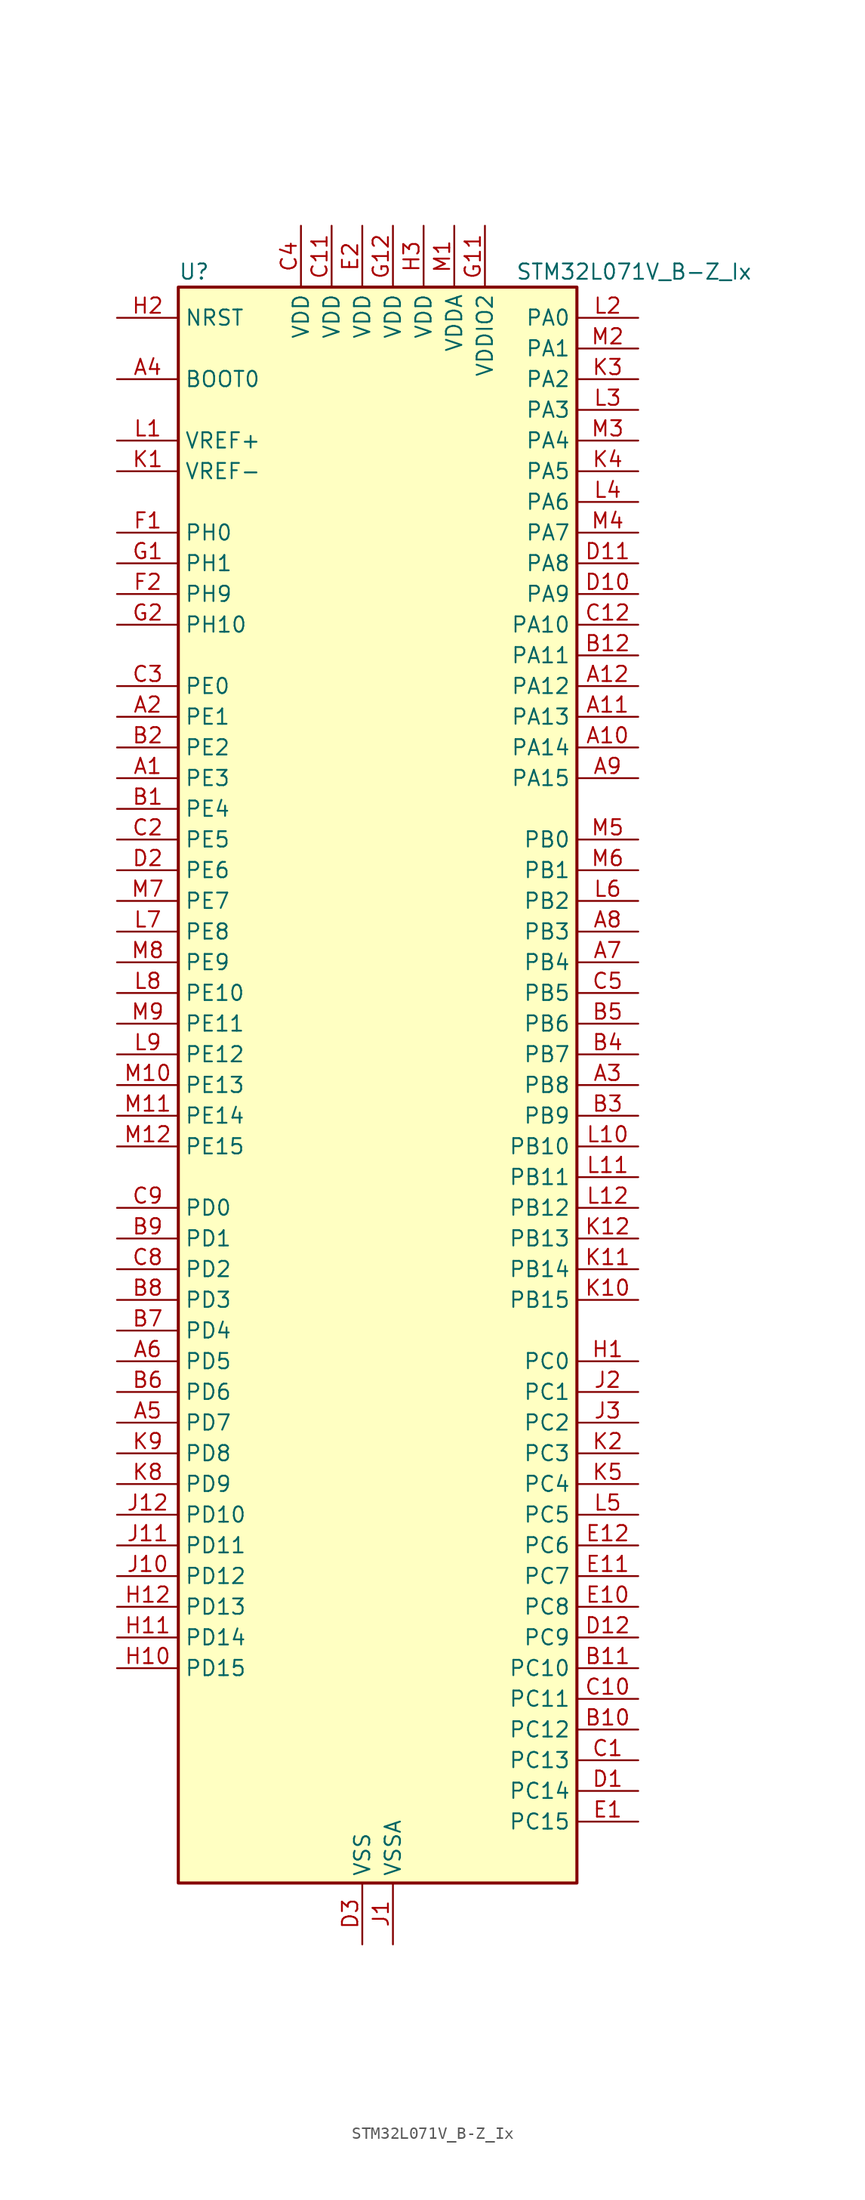
<source format=kicad_sym>
(kicad_symbol_lib
  (version 20220914)
  (generator kicad_symbol_editor)
  (symbol "STM32L071V_B-Z_Ix"
    (property "Reference" "U"
      (at -15.24 67.31 0)
      (effects (font (size 1.27 1.27)) (justify left)))
    (property "Value" "STM32L071V_B-Z_Ix"
      (at 12.7 67.31 0)
      (effects (font (size 1.27 1.27)) (justify left)))
    (property "ki_locked" ""
      (at 0 0 0)
      (effects (font (size 1.27 1.27))))
    (symbol "STM32L071V_B-Z_Ix_0_1"
      (rectangle (start -15.24 -66.04) (end 17.78 66.04) (stroke (width 0.254) (type default)) (fill (type background))))
    (symbol "STM32L071V_B-Z_Ix_1_1"
      (pin bidirectional line (at -20.32 25.4 0) (length 5.08) (name "PE3" (effects (font (size 1.27 1.27)))) (number "A1" (effects (font (size 1.27 1.27)))) (alternate "TIM22_CH1" bidirectional line) (alternate "TIM3_CH1" bidirectional line))
      (pin bidirectional line (at 22.86 27.94 180) (length 5.08) (name "PA14" (effects (font (size 1.27 1.27)))) (number "A10" (effects (font (size 1.27 1.27)))) (alternate "LPUART1_TX" bidirectional line) (alternate "SYS_SWCLK" bidirectional line) (alternate "USART2_TX" bidirectional line))
      (pin bidirectional line (at 22.86 30.48 180) (length 5.08) (name "PA13" (effects (font (size 1.27 1.27)))) (number "A11" (effects (font (size 1.27 1.27)))) (alternate "LPUART1_RX" bidirectional line) (alternate "SYS_SWDIO" bidirectional line))
      (pin bidirectional line (at 22.86 33.02 180) (length 5.08) (name "PA12" (effects (font (size 1.27 1.27)))) (number "A12" (effects (font (size 1.27 1.27)))) (alternate "COMP2_OUT" bidirectional line) (alternate "SPI1_MOSI" bidirectional line) (alternate "USART1_DE" bidirectional line) (alternate "USART1_RTS" bidirectional line))
      (pin bidirectional line (at -20.32 30.48 0) (length 5.08) (name "PE1" (effects (font (size 1.27 1.27)))) (number "A2" (effects (font (size 1.27 1.27)))))
      (pin bidirectional line (at 22.86 0 180) (length 5.08) (name "PB8" (effects (font (size 1.27 1.27)))) (number "A3" (effects (font (size 1.27 1.27)))) (alternate "I2C1_SCL" bidirectional line))
      (pin input line (at -20.32 58.42 0) (length 5.08) (name "BOOT0" (effects (font (size 1.27 1.27)))) (number "A4" (effects (font (size 1.27 1.27)))))
      (pin bidirectional line (at -20.32 -27.94 0) (length 5.08) (name "PD7" (effects (font (size 1.27 1.27)))) (number "A5" (effects (font (size 1.27 1.27)))) (alternate "TIM21_CH2" bidirectional line) (alternate "USART2_CK" bidirectional line))
      (pin bidirectional line (at -20.32 -22.86 0) (length 5.08) (name "PD5" (effects (font (size 1.27 1.27)))) (number "A6" (effects (font (size 1.27 1.27)))) (alternate "USART2_TX" bidirectional line))
      (pin bidirectional line (at 22.86 10.16 180) (length 5.08) (name "PB4" (effects (font (size 1.27 1.27)))) (number "A7" (effects (font (size 1.27 1.27)))) (alternate "COMP2_INP" bidirectional line) (alternate "I2C3_SDA" bidirectional line) (alternate "SPI1_MISO" bidirectional line) (alternate "TIM22_CH1" bidirectional line) (alternate "TIM3_CH1" bidirectional line) (alternate "USART1_CTS" bidirectional line) (alternate "USART5_RX" bidirectional line))
      (pin bidirectional line (at 22.86 12.7 180) (length 5.08) (name "PB3" (effects (font (size 1.27 1.27)))) (number "A8" (effects (font (size 1.27 1.27)))) (alternate "COMP2_INM" bidirectional line) (alternate "SPI1_SCK" bidirectional line) (alternate "TIM2_CH2" bidirectional line) (alternate "USART1_DE" bidirectional line) (alternate "USART1_RTS" bidirectional line) (alternate "USART5_TX" bidirectional line))
      (pin bidirectional line (at 22.86 25.4 180) (length 5.08) (name "PA15" (effects (font (size 1.27 1.27)))) (number "A9" (effects (font (size 1.27 1.27)))) (alternate "SPI1_NSS" bidirectional line) (alternate "TIM2_CH1" bidirectional line) (alternate "TIM2_ETR" bidirectional line) (alternate "USART2_RX" bidirectional line) (alternate "USART4_DE" bidirectional line) (alternate "USART4_RTS" bidirectional line))
      (pin bidirectional line (at -20.32 22.86 0) (length 5.08) (name "PE4" (effects (font (size 1.27 1.27)))) (number "B1" (effects (font (size 1.27 1.27)))) (alternate "TIM22_CH2" bidirectional line) (alternate "TIM3_CH2" bidirectional line))
      (pin bidirectional line (at 22.86 -53.34 180) (length 5.08) (name "PC12" (effects (font (size 1.27 1.27)))) (number "B10" (effects (font (size 1.27 1.27)))) (alternate "USART4_CK" bidirectional line) (alternate "USART5_TX" bidirectional line))
      (pin bidirectional line (at 22.86 -48.26 180) (length 5.08) (name "PC10" (effects (font (size 1.27 1.27)))) (number "B11" (effects (font (size 1.27 1.27)))) (alternate "LPUART1_TX" bidirectional line) (alternate "USART4_TX" bidirectional line))
      (pin bidirectional line (at 22.86 35.56 180) (length 5.08) (name "PA11" (effects (font (size 1.27 1.27)))) (number "B12" (effects (font (size 1.27 1.27)))) (alternate "ADC_EXTI11" bidirectional line) (alternate "COMP1_OUT" bidirectional line) (alternate "SPI1_MISO" bidirectional line) (alternate "USART1_CTS" bidirectional line))
      (pin bidirectional line (at -20.32 27.94 0) (length 5.08) (name "PE2" (effects (font (size 1.27 1.27)))) (number "B2" (effects (font (size 1.27 1.27)))) (alternate "TIM3_ETR" bidirectional line))
      (pin bidirectional line (at 22.86 -2.54 180) (length 5.08) (name "PB9" (effects (font (size 1.27 1.27)))) (number "B3" (effects (font (size 1.27 1.27)))) (alternate "I2C1_SDA" bidirectional line) (alternate "I2S2_WS" bidirectional line) (alternate "SPI2_NSS" bidirectional line))
      (pin bidirectional line (at 22.86 2.54 180) (length 5.08) (name "PB7" (effects (font (size 1.27 1.27)))) (number "B4" (effects (font (size 1.27 1.27)))) (alternate "COMP2_INP" bidirectional line) (alternate "I2C1_SDA" bidirectional line) (alternate "LPTIM1_IN2" bidirectional line) (alternate "SYS_PVD_IN" bidirectional line) (alternate "USART1_RX" bidirectional line) (alternate "USART4_CTS" bidirectional line))
      (pin bidirectional line (at 22.86 5.08 180) (length 5.08) (name "PB6" (effects (font (size 1.27 1.27)))) (number "B5" (effects (font (size 1.27 1.27)))) (alternate "COMP2_INP" bidirectional line) (alternate "I2C1_SCL" bidirectional line) (alternate "LPTIM1_ETR" bidirectional line) (alternate "USART1_TX" bidirectional line))
      (pin bidirectional line (at -20.32 -25.4 0) (length 5.08) (name "PD6" (effects (font (size 1.27 1.27)))) (number "B6" (effects (font (size 1.27 1.27)))) (alternate "USART2_RX" bidirectional line))
      (pin bidirectional line (at -20.32 -20.32 0) (length 5.08) (name "PD4" (effects (font (size 1.27 1.27)))) (number "B7" (effects (font (size 1.27 1.27)))) (alternate "I2S2_SD" bidirectional line) (alternate "SPI2_MOSI" bidirectional line) (alternate "USART2_DE" bidirectional line) (alternate "USART2_RTS" bidirectional line))
      (pin bidirectional line (at -20.32 -17.78 0) (length 5.08) (name "PD3" (effects (font (size 1.27 1.27)))) (number "B8" (effects (font (size 1.27 1.27)))) (alternate "I2S2_MCK" bidirectional line) (alternate "SPI2_MISO" bidirectional line) (alternate "USART2_CTS" bidirectional line))
      (pin bidirectional line (at -20.32 -12.7 0) (length 5.08) (name "PD1" (effects (font (size 1.27 1.27)))) (number "B9" (effects (font (size 1.27 1.27)))) (alternate "I2S2_CK" bidirectional line) (alternate "SPI2_SCK" bidirectional line))
      (pin bidirectional line (at 22.86 -55.88 180) (length 5.08) (name "PC13" (effects (font (size 1.27 1.27)))) (number "C1" (effects (font (size 1.27 1.27)))) (alternate "RTC_OUT_ALARM" bidirectional line) (alternate "RTC_OUT_CALIB" bidirectional line) (alternate "RTC_TAMP1" bidirectional line) (alternate "RTC_TS" bidirectional line) (alternate "SYS_WKUP2" bidirectional line))
      (pin bidirectional line (at 22.86 -50.8 180) (length 5.08) (name "PC11" (effects (font (size 1.27 1.27)))) (number "C10" (effects (font (size 1.27 1.27)))) (alternate "ADC_EXTI11" bidirectional line) (alternate "LPUART1_RX" bidirectional line) (alternate "USART4_RX" bidirectional line))
      (pin power_in line (at -2.54 71.12 270) (length 5.08) (name "VDD" (effects (font (size 1.27 1.27)))) (number "C11" (effects (font (size 1.27 1.27)))))
      (pin bidirectional line (at 22.86 38.1 180) (length 5.08) (name "PA10" (effects (font (size 1.27 1.27)))) (number "C12" (effects (font (size 1.27 1.27)))) (alternate "I2C1_SDA" bidirectional line) (alternate "USART1_RX" bidirectional line))
      (pin bidirectional line (at -20.32 20.32 0) (length 5.08) (name "PE5" (effects (font (size 1.27 1.27)))) (number "C2" (effects (font (size 1.27 1.27)))) (alternate "TIM21_CH1" bidirectional line) (alternate "TIM3_CH3" bidirectional line))
      (pin bidirectional line (at -20.32 33.02 0) (length 5.08) (name "PE0" (effects (font (size 1.27 1.27)))) (number "C3" (effects (font (size 1.27 1.27)))))
      (pin power_in line (at -5.08 71.12 270) (length 5.08) (name "VDD" (effects (font (size 1.27 1.27)))) (number "C4" (effects (font (size 1.27 1.27)))))
      (pin bidirectional line (at 22.86 7.62 180) (length 5.08) (name "PB5" (effects (font (size 1.27 1.27)))) (number "C5" (effects (font (size 1.27 1.27)))) (alternate "COMP2_INP" bidirectional line) (alternate "I2C1_SMBA" bidirectional line) (alternate "LPTIM1_IN1" bidirectional line) (alternate "SPI1_MOSI" bidirectional line) (alternate "TIM22_CH2" bidirectional line) (alternate "TIM3_CH2" bidirectional line) (alternate "USART1_CK" bidirectional line) (alternate "USART5_CK" bidirectional line) (alternate "USART5_DE" bidirectional line) (alternate "USART5_RTS" bidirectional line))
      (pin bidirectional line (at -20.32 -15.24 0) (length 5.08) (name "PD2" (effects (font (size 1.27 1.27)))) (number "C8" (effects (font (size 1.27 1.27)))) (alternate "LPUART1_DE" bidirectional line) (alternate "LPUART1_RTS" bidirectional line) (alternate "TIM3_ETR" bidirectional line) (alternate "USART5_RX" bidirectional line))
      (pin bidirectional line (at -20.32 -10.16 0) (length 5.08) (name "PD0" (effects (font (size 1.27 1.27)))) (number "C9" (effects (font (size 1.27 1.27)))) (alternate "I2S2_WS" bidirectional line) (alternate "SPI2_NSS" bidirectional line) (alternate "TIM21_CH1" bidirectional line))
      (pin bidirectional line (at 22.86 -58.42 180) (length 5.08) (name "PC14" (effects (font (size 1.27 1.27)))) (number "D1" (effects (font (size 1.27 1.27)))) (alternate "RCC_OSC32_IN" bidirectional line))
      (pin bidirectional line (at 22.86 40.64 180) (length 5.08) (name "PA9" (effects (font (size 1.27 1.27)))) (number "D10" (effects (font (size 1.27 1.27)))) (alternate "I2C1_SCL" bidirectional line) (alternate "I2C3_SMBA" bidirectional line) (alternate "RCC_MCO" bidirectional line) (alternate "USART1_TX" bidirectional line))
      (pin bidirectional line (at 22.86 43.18 180) (length 5.08) (name "PA8" (effects (font (size 1.27 1.27)))) (number "D11" (effects (font (size 1.27 1.27)))) (alternate "I2C3_SCL" bidirectional line) (alternate "RCC_MCO" bidirectional line) (alternate "USART1_CK" bidirectional line))
      (pin bidirectional line (at 22.86 -45.72 180) (length 5.08) (name "PC9" (effects (font (size 1.27 1.27)))) (number "D12" (effects (font (size 1.27 1.27)))) (alternate "I2C3_SDA" bidirectional line) (alternate "TIM21_ETR" bidirectional line) (alternate "TIM3_CH4" bidirectional line))
      (pin bidirectional line (at -20.32 17.78 0) (length 5.08) (name "PE6" (effects (font (size 1.27 1.27)))) (number "D2" (effects (font (size 1.27 1.27)))) (alternate "RTC_TAMP3" bidirectional line) (alternate "SYS_WKUP3" bidirectional line) (alternate "TIM21_CH2" bidirectional line) (alternate "TIM3_CH4" bidirectional line))
      (pin power_in line (at 0 -71.12 90) (length 5.08) (name "VSS" (effects (font (size 1.27 1.27)))) (number "D3" (effects (font (size 1.27 1.27)))))
      (pin bidirectional line (at 22.86 -60.96 180) (length 5.08) (name "PC15" (effects (font (size 1.27 1.27)))) (number "E1" (effects (font (size 1.27 1.27)))) (alternate "RCC_OSC32_OUT" bidirectional line))
      (pin bidirectional line (at 22.86 -43.18 180) (length 5.08) (name "PC8" (effects (font (size 1.27 1.27)))) (number "E10" (effects (font (size 1.27 1.27)))) (alternate "TIM22_ETR" bidirectional line) (alternate "TIM3_CH3" bidirectional line))
      (pin bidirectional line (at 22.86 -40.64 180) (length 5.08) (name "PC7" (effects (font (size 1.27 1.27)))) (number "E11" (effects (font (size 1.27 1.27)))) (alternate "TIM22_CH2" bidirectional line) (alternate "TIM3_CH2" bidirectional line))
      (pin bidirectional line (at 22.86 -38.1 180) (length 5.08) (name "PC6" (effects (font (size 1.27 1.27)))) (number "E12" (effects (font (size 1.27 1.27)))) (alternate "TIM22_CH1" bidirectional line) (alternate "TIM3_CH1" bidirectional line))
      (pin power_in line (at 0 71.12 270) (length 5.08) (name "VDD" (effects (font (size 1.27 1.27)))) (number "E2" (effects (font (size 1.27 1.27)))))
      (pin passive line (at 0 -71.12 90) (length 5.08) hide (name "VSS" (effects (font (size 1.27 1.27)))) (number "E3" (effects (font (size 1.27 1.27)))))
      (pin bidirectional line (at -20.32 45.72 0) (length 5.08) (name "PH0" (effects (font (size 1.27 1.27)))) (number "F1" (effects (font (size 1.27 1.27)))) (alternate "RCC_OSC_IN" bidirectional line))
      (pin passive line (at 0 -71.12 90) (length 5.08) hide (name "VSS" (effects (font (size 1.27 1.27)))) (number "F11" (effects (font (size 1.27 1.27)))))
      (pin passive line (at 0 -71.12 90) (length 5.08) hide (name "VSS" (effects (font (size 1.27 1.27)))) (number "F12" (effects (font (size 1.27 1.27)))))
      (pin bidirectional line (at -20.32 40.64 0) (length 5.08) (name "PH9" (effects (font (size 1.27 1.27)))) (number "F2" (effects (font (size 1.27 1.27)))))
      (pin bidirectional line (at -20.32 43.18 0) (length 5.08) (name "PH1" (effects (font (size 1.27 1.27)))) (number "G1" (effects (font (size 1.27 1.27)))) (alternate "RCC_OSC_OUT" bidirectional line))
      (pin power_in line (at 10.16 71.12 270) (length 5.08) (name "VDDIO2" (effects (font (size 1.27 1.27)))) (number "G11" (effects (font (size 1.27 1.27)))))
      (pin power_in line (at 2.54 71.12 270) (length 5.08) (name "VDD" (effects (font (size 1.27 1.27)))) (number "G12" (effects (font (size 1.27 1.27)))))
      (pin bidirectional line (at -20.32 38.1 0) (length 5.08) (name "PH10" (effects (font (size 1.27 1.27)))) (number "G2" (effects (font (size 1.27 1.27)))))
      (pin bidirectional line (at 22.86 -22.86 180) (length 5.08) (name "PC0" (effects (font (size 1.27 1.27)))) (number "H1" (effects (font (size 1.27 1.27)))) (alternate "ADC_IN10" bidirectional line) (alternate "I2C3_SCL" bidirectional line) (alternate "LPTIM1_IN1" bidirectional line) (alternate "LPUART1_RX" bidirectional line))
      (pin bidirectional line (at -20.32 -48.26 0) (length 5.08) (name "PD15" (effects (font (size 1.27 1.27)))) (number "H10" (effects (font (size 1.27 1.27)))))
      (pin bidirectional line (at -20.32 -45.72 0) (length 5.08) (name "PD14" (effects (font (size 1.27 1.27)))) (number "H11" (effects (font (size 1.27 1.27)))))
      (pin bidirectional line (at -20.32 -43.18 0) (length 5.08) (name "PD13" (effects (font (size 1.27 1.27)))) (number "H12" (effects (font (size 1.27 1.27)))))
      (pin input line (at -20.32 63.5 0) (length 5.08) (name "NRST" (effects (font (size 1.27 1.27)))) (number "H2" (effects (font (size 1.27 1.27)))))
      (pin power_in line (at 5.08 71.12 270) (length 5.08) (name "VDD" (effects (font (size 1.27 1.27)))) (number "H3" (effects (font (size 1.27 1.27)))))
      (pin power_in line (at 2.54 -71.12 90) (length 5.08) (name "VSSA" (effects (font (size 1.27 1.27)))) (number "J1" (effects (font (size 1.27 1.27)))))
      (pin bidirectional line (at -20.32 -40.64 0) (length 5.08) (name "PD12" (effects (font (size 1.27 1.27)))) (number "J10" (effects (font (size 1.27 1.27)))) (alternate "LPUART1_DE" bidirectional line) (alternate "LPUART1_RTS" bidirectional line))
      (pin bidirectional line (at -20.32 -38.1 0) (length 5.08) (name "PD11" (effects (font (size 1.27 1.27)))) (number "J11" (effects (font (size 1.27 1.27)))) (alternate "ADC_EXTI11" bidirectional line) (alternate "LPUART1_CTS" bidirectional line))
      (pin bidirectional line (at -20.32 -35.56 0) (length 5.08) (name "PD10" (effects (font (size 1.27 1.27)))) (number "J12" (effects (font (size 1.27 1.27)))))
      (pin bidirectional line (at 22.86 -25.4 180) (length 5.08) (name "PC1" (effects (font (size 1.27 1.27)))) (number "J2" (effects (font (size 1.27 1.27)))) (alternate "ADC_IN11" bidirectional line) (alternate "I2C3_SDA" bidirectional line) (alternate "LPTIM1_OUT" bidirectional line) (alternate "LPUART1_TX" bidirectional line))
      (pin bidirectional line (at 22.86 -27.94 180) (length 5.08) (name "PC2" (effects (font (size 1.27 1.27)))) (number "J3" (effects (font (size 1.27 1.27)))) (alternate "ADC_IN12" bidirectional line) (alternate "I2S2_MCK" bidirectional line) (alternate "LPTIM1_IN2" bidirectional line) (alternate "SPI2_MISO" bidirectional line))
      (pin input line (at -20.32 50.8 0) (length 5.08) (name "VREF-" (effects (font (size 1.27 1.27)))) (number "K1" (effects (font (size 1.27 1.27)))))
      (pin bidirectional line (at 22.86 -17.78 180) (length 5.08) (name "PB15" (effects (font (size 1.27 1.27)))) (number "K10" (effects (font (size 1.27 1.27)))) (alternate "I2S2_SD" bidirectional line) (alternate "RTC_REFIN" bidirectional line) (alternate "SPI2_MOSI" bidirectional line))
      (pin bidirectional line (at 22.86 -15.24 180) (length 5.08) (name "PB14" (effects (font (size 1.27 1.27)))) (number "K11" (effects (font (size 1.27 1.27)))) (alternate "I2C2_SDA" bidirectional line) (alternate "I2S2_MCK" bidirectional line) (alternate "LPUART1_DE" bidirectional line) (alternate "LPUART1_RTS" bidirectional line) (alternate "RTC_OUT_ALARM" bidirectional line) (alternate "RTC_OUT_CALIB" bidirectional line) (alternate "SPI2_MISO" bidirectional line) (alternate "TIM21_CH2" bidirectional line))
      (pin bidirectional line (at 22.86 -12.7 180) (length 5.08) (name "PB13" (effects (font (size 1.27 1.27)))) (number "K12" (effects (font (size 1.27 1.27)))) (alternate "I2C2_SCL" bidirectional line) (alternate "I2S2_CK" bidirectional line) (alternate "LPUART1_CTS" bidirectional line) (alternate "RCC_MCO" bidirectional line) (alternate "SPI2_SCK" bidirectional line) (alternate "TIM21_CH1" bidirectional line))
      (pin bidirectional line (at 22.86 -30.48 180) (length 5.08) (name "PC3" (effects (font (size 1.27 1.27)))) (number "K2" (effects (font (size 1.27 1.27)))) (alternate "ADC_IN13" bidirectional line) (alternate "I2S2_SD" bidirectional line) (alternate "LPTIM1_ETR" bidirectional line) (alternate "SPI2_MOSI" bidirectional line))
      (pin bidirectional line (at 22.86 58.42 180) (length 5.08) (name "PA2" (effects (font (size 1.27 1.27)))) (number "K3" (effects (font (size 1.27 1.27)))) (alternate "ADC_IN2" bidirectional line) (alternate "COMP2_INM" bidirectional line) (alternate "COMP2_OUT" bidirectional line) (alternate "LPUART1_TX" bidirectional line) (alternate "TIM21_CH1" bidirectional line) (alternate "TIM2_CH3" bidirectional line) (alternate "USART2_TX" bidirectional line))
      (pin bidirectional line (at 22.86 50.8 180) (length 5.08) (name "PA5" (effects (font (size 1.27 1.27)))) (number "K4" (effects (font (size 1.27 1.27)))) (alternate "ADC_IN5" bidirectional line) (alternate "COMP1_INM" bidirectional line) (alternate "COMP2_INM" bidirectional line) (alternate "SPI1_SCK" bidirectional line) (alternate "TIM2_CH1" bidirectional line) (alternate "TIM2_ETR" bidirectional line))
      (pin bidirectional line (at 22.86 -33.02 180) (length 5.08) (name "PC4" (effects (font (size 1.27 1.27)))) (number "K5" (effects (font (size 1.27 1.27)))) (alternate "ADC_IN14" bidirectional line) (alternate "LPUART1_TX" bidirectional line))
      (pin bidirectional line (at -20.32 -33.02 0) (length 5.08) (name "PD9" (effects (font (size 1.27 1.27)))) (number "K8" (effects (font (size 1.27 1.27)))) (alternate "LPUART1_RX" bidirectional line))
      (pin bidirectional line (at -20.32 -30.48 0) (length 5.08) (name "PD8" (effects (font (size 1.27 1.27)))) (number "K9" (effects (font (size 1.27 1.27)))) (alternate "LPUART1_TX" bidirectional line))
      (pin input line (at -20.32 53.34 0) (length 5.08) (name "VREF+" (effects (font (size 1.27 1.27)))) (number "L1" (effects (font (size 1.27 1.27)))))
      (pin bidirectional line (at 22.86 -5.08 180) (length 5.08) (name "PB10" (effects (font (size 1.27 1.27)))) (number "L10" (effects (font (size 1.27 1.27)))) (alternate "I2C2_SCL" bidirectional line) (alternate "LPUART1_RX" bidirectional line) (alternate "LPUART1_TX" bidirectional line) (alternate "SPI2_SCK" bidirectional line) (alternate "TIM2_CH3" bidirectional line))
      (pin bidirectional line (at 22.86 -7.62 180) (length 5.08) (name "PB11" (effects (font (size 1.27 1.27)))) (number "L11" (effects (font (size 1.27 1.27)))) (alternate "ADC_EXTI11" bidirectional line) (alternate "I2C2_SDA" bidirectional line) (alternate "LPUART1_RX" bidirectional line) (alternate "LPUART1_TX" bidirectional line) (alternate "TIM2_CH4" bidirectional line))
      (pin bidirectional line (at 22.86 -10.16 180) (length 5.08) (name "PB12" (effects (font (size 1.27 1.27)))) (number "L12" (effects (font (size 1.27 1.27)))) (alternate "I2S2_WS" bidirectional line) (alternate "LPUART1_DE" bidirectional line) (alternate "LPUART1_RTS" bidirectional line) (alternate "SPI2_NSS" bidirectional line))
      (pin bidirectional line (at 22.86 63.5 180) (length 5.08) (name "PA0" (effects (font (size 1.27 1.27)))) (number "L2" (effects (font (size 1.27 1.27)))) (alternate "ADC_IN0" bidirectional line) (alternate "COMP1_INM" bidirectional line) (alternate "COMP1_OUT" bidirectional line) (alternate "RTC_TAMP2" bidirectional line) (alternate "SYS_WKUP1" bidirectional line) (alternate "TIM2_CH1" bidirectional line) (alternate "TIM2_ETR" bidirectional line) (alternate "USART2_CTS" bidirectional line) (alternate "USART4_TX" bidirectional line))
      (pin bidirectional line (at 22.86 55.88 180) (length 5.08) (name "PA3" (effects (font (size 1.27 1.27)))) (number "L3" (effects (font (size 1.27 1.27)))) (alternate "ADC_IN3" bidirectional line) (alternate "COMP2_INP" bidirectional line) (alternate "LPUART1_RX" bidirectional line) (alternate "TIM21_CH2" bidirectional line) (alternate "TIM2_CH4" bidirectional line) (alternate "USART2_RX" bidirectional line))
      (pin bidirectional line (at 22.86 48.26 180) (length 5.08) (name "PA6" (effects (font (size 1.27 1.27)))) (number "L4" (effects (font (size 1.27 1.27)))) (alternate "ADC_IN6" bidirectional line) (alternate "COMP1_OUT" bidirectional line) (alternate "LPUART1_CTS" bidirectional line) (alternate "SPI1_MISO" bidirectional line) (alternate "TIM22_CH1" bidirectional line) (alternate "TIM3_CH1" bidirectional line))
      (pin bidirectional line (at 22.86 -35.56 180) (length 5.08) (name "PC5" (effects (font (size 1.27 1.27)))) (number "L5" (effects (font (size 1.27 1.27)))) (alternate "ADC_IN15" bidirectional line) (alternate "LPUART1_RX" bidirectional line))
      (pin bidirectional line (at 22.86 15.24 180) (length 5.08) (name "PB2" (effects (font (size 1.27 1.27)))) (number "L6" (effects (font (size 1.27 1.27)))) (alternate "I2C3_SMBA" bidirectional line) (alternate "LPTIM1_OUT" bidirectional line))
      (pin bidirectional line (at -20.32 12.7 0) (length 5.08) (name "PE8" (effects (font (size 1.27 1.27)))) (number "L7" (effects (font (size 1.27 1.27)))) (alternate "USART4_TX" bidirectional line))
      (pin bidirectional line (at -20.32 7.62 0) (length 5.08) (name "PE10" (effects (font (size 1.27 1.27)))) (number "L8" (effects (font (size 1.27 1.27)))) (alternate "TIM2_CH2" bidirectional line) (alternate "USART5_TX" bidirectional line))
      (pin bidirectional line (at -20.32 2.54 0) (length 5.08) (name "PE12" (effects (font (size 1.27 1.27)))) (number "L9" (effects (font (size 1.27 1.27)))) (alternate "SPI1_NSS" bidirectional line) (alternate "TIM2_CH4" bidirectional line))
      (pin power_in line (at 7.62 71.12 270) (length 5.08) (name "VDDA" (effects (font (size 1.27 1.27)))) (number "M1" (effects (font (size 1.27 1.27)))))
      (pin bidirectional line (at -20.32 0 0) (length 5.08) (name "PE13" (effects (font (size 1.27 1.27)))) (number "M10" (effects (font (size 1.27 1.27)))) (alternate "SPI1_SCK" bidirectional line))
      (pin bidirectional line (at -20.32 -2.54 0) (length 5.08) (name "PE14" (effects (font (size 1.27 1.27)))) (number "M11" (effects (font (size 1.27 1.27)))) (alternate "SPI1_MISO" bidirectional line))
      (pin bidirectional line (at -20.32 -5.08 0) (length 5.08) (name "PE15" (effects (font (size 1.27 1.27)))) (number "M12" (effects (font (size 1.27 1.27)))) (alternate "SPI1_MOSI" bidirectional line))
      (pin bidirectional line (at 22.86 60.96 180) (length 5.08) (name "PA1" (effects (font (size 1.27 1.27)))) (number "M2" (effects (font (size 1.27 1.27)))) (alternate "ADC_IN1" bidirectional line) (alternate "COMP1_INP" bidirectional line) (alternate "TIM21_ETR" bidirectional line) (alternate "TIM2_CH2" bidirectional line) (alternate "USART2_DE" bidirectional line) (alternate "USART2_RTS" bidirectional line) (alternate "USART4_RX" bidirectional line))
      (pin bidirectional line (at 22.86 53.34 180) (length 5.08) (name "PA4" (effects (font (size 1.27 1.27)))) (number "M3" (effects (font (size 1.27 1.27)))) (alternate "ADC_IN4" bidirectional line) (alternate "COMP1_INM" bidirectional line) (alternate "COMP2_INM" bidirectional line) (alternate "SPI1_NSS" bidirectional line) (alternate "TIM22_ETR" bidirectional line) (alternate "USART2_CK" bidirectional line))
      (pin bidirectional line (at 22.86 45.72 180) (length 5.08) (name "PA7" (effects (font (size 1.27 1.27)))) (number "M4" (effects (font (size 1.27 1.27)))) (alternate "ADC_IN7" bidirectional line) (alternate "COMP2_OUT" bidirectional line) (alternate "SPI1_MOSI" bidirectional line) (alternate "TIM22_CH2" bidirectional line) (alternate "TIM3_CH2" bidirectional line))
      (pin bidirectional line (at 22.86 20.32 180) (length 5.08) (name "PB0" (effects (font (size 1.27 1.27)))) (number "M5" (effects (font (size 1.27 1.27)))) (alternate "ADC_IN8" bidirectional line) (alternate "SYS_VREF_OUT_PB0" bidirectional line) (alternate "TIM3_CH3" bidirectional line))
      (pin bidirectional line (at 22.86 17.78 180) (length 5.08) (name "PB1" (effects (font (size 1.27 1.27)))) (number "M6" (effects (font (size 1.27 1.27)))) (alternate "ADC_IN9" bidirectional line) (alternate "LPUART1_DE" bidirectional line) (alternate "LPUART1_RTS" bidirectional line) (alternate "SYS_VREF_OUT_PB1" bidirectional line) (alternate "TIM3_CH4" bidirectional line))
      (pin bidirectional line (at -20.32 15.24 0) (length 5.08) (name "PE7" (effects (font (size 1.27 1.27)))) (number "M7" (effects (font (size 1.27 1.27)))) (alternate "USART5_CK" bidirectional line) (alternate "USART5_DE" bidirectional line) (alternate "USART5_RTS" bidirectional line))
      (pin bidirectional line (at -20.32 10.16 0) (length 5.08) (name "PE9" (effects (font (size 1.27 1.27)))) (number "M8" (effects (font (size 1.27 1.27)))) (alternate "TIM2_CH1" bidirectional line) (alternate "TIM2_ETR" bidirectional line) (alternate "USART4_RX" bidirectional line))
      (pin bidirectional line (at -20.32 5.08 0) (length 5.08) (name "PE11" (effects (font (size 1.27 1.27)))) (number "M9" (effects (font (size 1.27 1.27)))) (alternate "ADC_EXTI11" bidirectional line) (alternate "TIM2_CH3" bidirectional line) (alternate "USART5_RX" bidirectional line)))))
</source>
